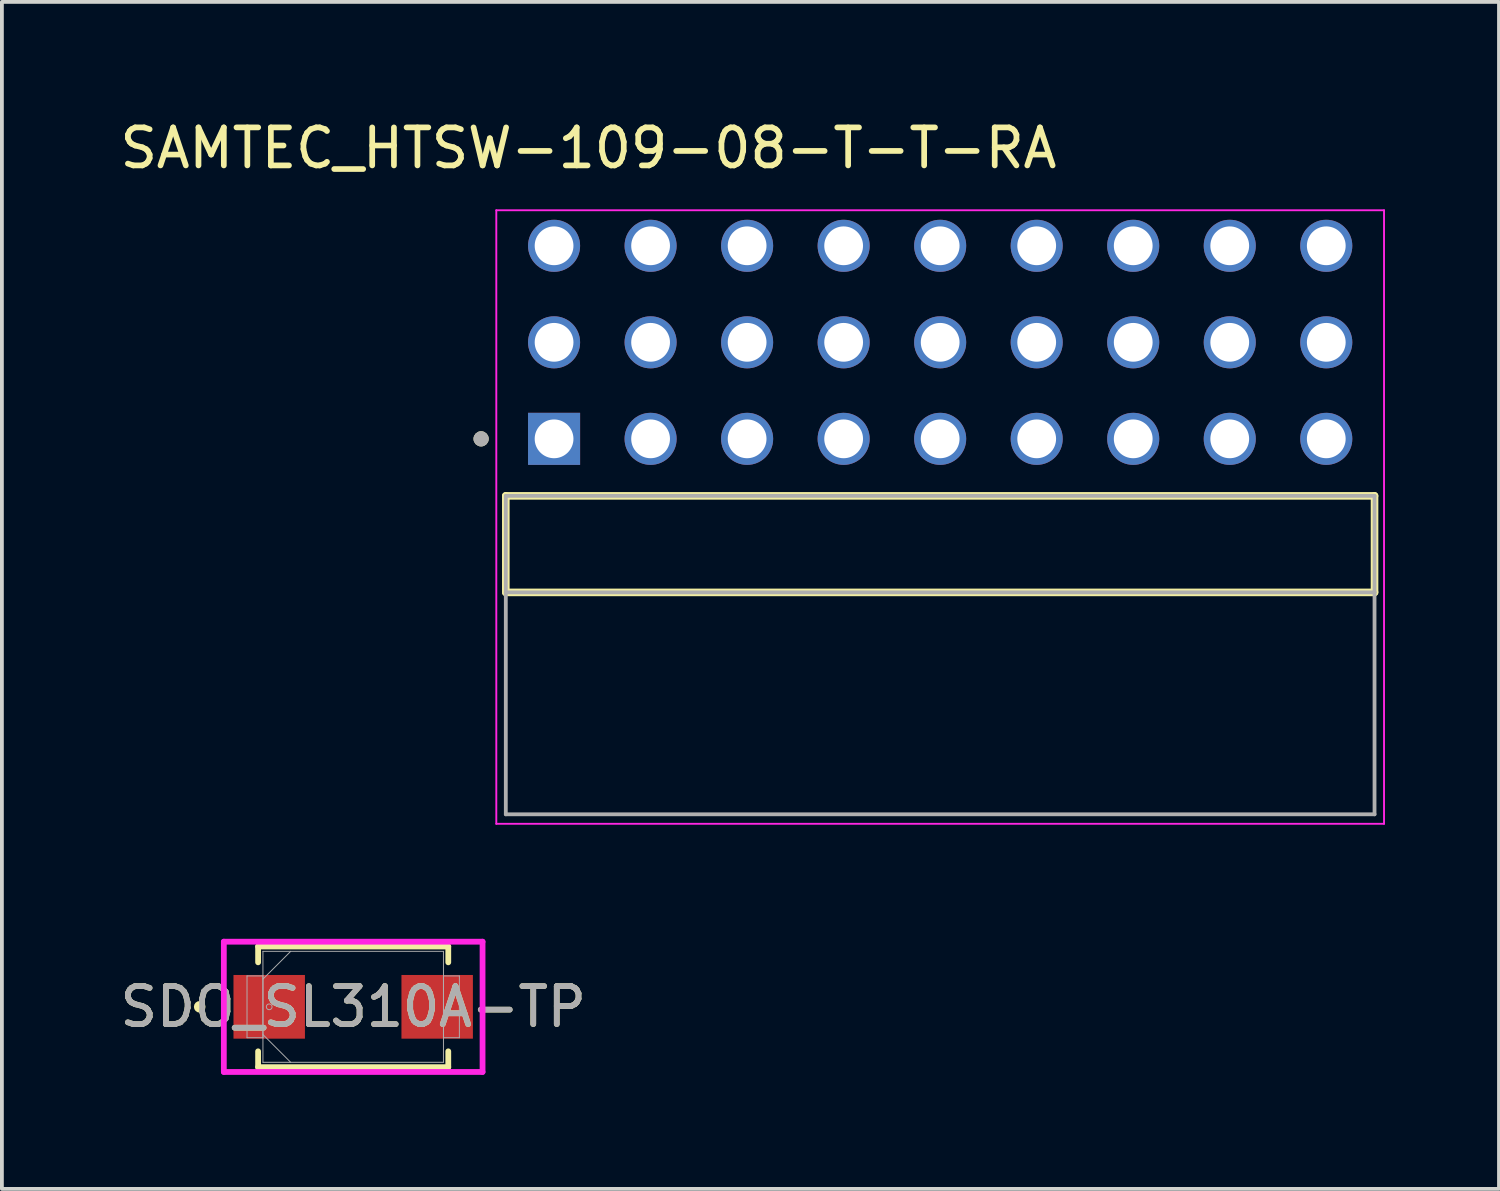
<source format=kicad_pcb>
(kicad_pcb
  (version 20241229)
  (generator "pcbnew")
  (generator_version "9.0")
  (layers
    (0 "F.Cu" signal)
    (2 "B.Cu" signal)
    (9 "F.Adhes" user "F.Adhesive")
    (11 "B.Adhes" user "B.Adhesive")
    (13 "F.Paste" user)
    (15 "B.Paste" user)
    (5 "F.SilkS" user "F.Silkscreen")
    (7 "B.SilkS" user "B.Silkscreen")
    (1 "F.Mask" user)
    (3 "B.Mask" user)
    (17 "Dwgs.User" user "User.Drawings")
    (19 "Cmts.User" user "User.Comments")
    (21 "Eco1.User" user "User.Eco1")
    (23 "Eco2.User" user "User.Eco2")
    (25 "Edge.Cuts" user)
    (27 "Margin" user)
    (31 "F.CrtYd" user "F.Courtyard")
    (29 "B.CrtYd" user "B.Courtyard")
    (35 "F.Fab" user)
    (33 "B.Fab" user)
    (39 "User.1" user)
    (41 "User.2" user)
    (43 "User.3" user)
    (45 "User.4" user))
  (footprint "SDO_SL310A-TP"
    (layer "F.Cu")
    (at 6.244 23.444)
    (property "Reference" "SDO_SL310A-TP" (at 0 0 0) (unlocked yes) (layer "F.SilkS") (effects (font (size 1 1) (thickness 0.15))))
    (attr smd)
    (fp_line (start -2.502 -1.587) (end -2.502 -1.171) (stroke (width 0.152) (type solid)) (layer "F.SilkS"))
    (fp_line (start -2.502 1.171) (end -2.502 1.587) (stroke (width 0.152) (type solid)) (layer "F.SilkS"))
    (fp_line (start -2.502 1.587) (end 2.502 1.587) (stroke (width 0.152) (type solid)) (layer "F.SilkS"))
    (fp_line (start 2.502 -1.587) (end -2.502 -1.587) (stroke (width 0.152) (type solid)) (layer "F.SilkS"))
    (fp_line (start 2.502 -1.171) (end 2.502 -1.587) (stroke (width 0.152) (type solid)) (layer "F.SilkS"))
    (fp_line (start 2.502 1.587) (end 2.502 1.171) (stroke (width 0.152) (type solid)) (layer "F.SilkS"))
    (fp_circle (center -4.039 0) (end -3.962 0) (stroke (width 0.152) (type solid)) (fill no) (layer "F.SilkS"))
    (fp_line (start -3.404 -1.714) (end 3.404 -1.714) (stroke (width 0.152) (type solid)) (layer "F.CrtYd"))
    (fp_line (start -3.404 1.714) (end -3.404 -1.714) (stroke (width 0.152) (type solid)) (layer "F.CrtYd"))
    (fp_line (start 3.404 -1.714) (end 3.404 1.714) (stroke (width 0.152) (type solid)) (layer "F.CrtYd"))
    (fp_line (start 3.404 1.714) (end -3.404 1.714) (stroke (width 0.152) (type solid)) (layer "F.CrtYd"))
    (fp_line (start -2.794 -0.813) (end -2.794 0.813) (stroke (width 0.025) (type solid)) (layer "F.Fab"))
    (fp_line (start -2.794 0.813) (end -2.375 0.813) (stroke (width 0.025) (type solid)) (layer "F.Fab"))
    (fp_line (start -2.375 -1.46) (end -2.375 1.46) (stroke (width 0.025) (type solid)) (layer "F.Fab"))
    (fp_line (start -2.375 -0.813) (end -2.794 -0.813) (stroke (width 0.025) (type solid)) (layer "F.Fab"))
    (fp_line (start -2.375 -0.73) (end -1.645 -1.46) (stroke (width 0.025) (type solid)) (layer "F.Fab"))
    (fp_line (start -2.375 0.73) (end -1.645 1.46) (stroke (width 0.025) (type solid)) (layer "F.Fab"))
    (fp_line (start -2.375 0.813) (end -2.375 -0.813) (stroke (width 0.025) (type solid)) (layer "F.Fab"))
    (fp_line (start -2.375 1.46) (end 2.375 1.46) (stroke (width 0.025) (type solid)) (layer "F.Fab"))
    (fp_line (start 2.375 -1.46) (end -2.375 -1.46) (stroke (width 0.025) (type solid)) (layer "F.Fab"))
    (fp_line (start 2.375 -0.813) (end 2.375 0.813) (stroke (width 0.025) (type solid)) (layer "F.Fab"))
    (fp_line (start 2.375 0.813) (end 2.794 0.813) (stroke (width 0.025) (type solid)) (layer "F.Fab"))
    (fp_line (start 2.375 1.46) (end 2.375 -1.46) (stroke (width 0.025) (type solid)) (layer "F.Fab"))
    (fp_line (start 2.794 -0.813) (end 2.375 -0.813) (stroke (width 0.025) (type solid)) (layer "F.Fab"))
    (fp_line (start 2.794 0.813) (end 2.794 -0.813) (stroke (width 0.025) (type solid)) (layer "F.Fab"))
    (fp_circle (center -2.21 0) (end -2.134 0) (stroke (width 0.025) (type solid)) (fill no) (layer "F.Fab"))
    (fp_text user "${REFERENCE}" (at 0 0 0) (unlocked yes) (layer "F.Fab") (effects (font (size 1 1) (thickness 0.15))))
    (pad "1" smd rect (at -2.21 0) (size 1.88 1.676) (layers "F.Cu" "F.Mask" "F.Paste"))
    (pad "2" smd rect (at 2.21 0) (size 1.88 1.676) (layers "F.Cu" "F.Mask" "F.Paste"))
    (zone (net_name "") (layer "F.Cu") (hatch full 0.508) (connect_pads) (min_thickness 0.254) (filled_areas_thickness no) (keepout (tracks not_allowed) (vias not_allowed) (pads allowed) (copperpour not_allowed) (footprints allowed)) (placement (enabled no)) (fill) (polygon (pts (xy 5.025 22.034) (xy 7.463 22.034) (xy 7.463 24.854) (xy 5.025 24.854)))))
  (footprint "SAMTEC_HTSW-109-08-T-T-RA"
    (layer "F.Cu")
    (at 21.69 11.268)
    (property "Reference" "SAMTEC_HTSW-109-08-T-T-RA" (at -9.255 -10.42 0) (layer "F.SilkS") (effects (font (size 1 1) (thickness 0.15))))
    (attr through_hole)
    (fp_line (start -11.43 1.27) (end -11.43 -1.27) (stroke (width 0.2) (type solid)) (layer "F.SilkS"))
    (fp_line (start 11.43 -1.27) (end -11.43 -1.27) (stroke (width 0.2) (type solid)) (layer "F.SilkS"))
    (fp_line (start 11.43 -1.27) (end 11.43 1.27) (stroke (width 0.2) (type solid)) (layer "F.SilkS"))
    (fp_line (start 11.43 1.27) (end -11.43 1.27) (stroke (width 0.2) (type solid)) (layer "F.SilkS"))
    (fp_circle (center -12.08 -2.77) (end -11.98 -2.77) (stroke (width 0.2) (type solid)) (fill no) (layer "F.SilkS"))
    (fp_line (start -11.68 -8.785) (end 11.68 -8.785) (stroke (width 0.05) (type solid)) (layer "F.CrtYd"))
    (fp_line (start -11.68 7.36) (end -11.68 -8.785) (stroke (width 0.05) (type solid)) (layer "F.CrtYd"))
    (fp_line (start 11.68 -8.785) (end 11.68 7.36) (stroke (width 0.05) (type solid)) (layer "F.CrtYd"))
    (fp_line (start 11.68 7.36) (end -11.68 7.36) (stroke (width 0.05) (type solid)) (layer "F.CrtYd"))
    (fp_line (start -11.43 -1.27) (end 11.43 -1.27) (stroke (width 0.1) (type solid)) (layer "F.Fab"))
    (fp_line (start -11.43 1.27) (end -11.43 -1.27) (stroke (width 0.1) (type solid)) (layer "F.Fab"))
    (fp_line (start -11.43 1.27) (end -11.43 7.11) (stroke (width 0.1) (type solid)) (layer "F.Fab"))
    (fp_line (start -11.43 7.11) (end 11.43 7.11) (stroke (width 0.1) (type solid)) (layer "F.Fab"))
    (fp_line (start 11.43 -1.27) (end 11.43 1.27) (stroke (width 0.1) (type solid)) (layer "F.Fab"))
    (fp_line (start 11.43 1.27) (end -11.43 1.27) (stroke (width 0.1) (type solid)) (layer "F.Fab"))
    (fp_line (start 11.43 7.11) (end 11.43 1.27) (stroke (width 0.1) (type solid)) (layer "F.Fab"))
    (fp_circle (center -12.08 -2.77) (end -11.98 -2.77) (stroke (width 0.2) (type solid)) (fill no) (layer "F.Fab"))
    (pad "01" thru_hole rect (at -10.16 -2.77) (size 1.37 1.37) (drill 1.02) (layers "*.Cu" "*.Mask"))
    (pad "02" thru_hole circle (at -10.16 -5.31) (size 1.37 1.37) (drill 1.02) (layers "*.Cu" "*.Mask"))
    (pad "03" thru_hole circle (at -10.16 -7.85) (size 1.37 1.37) (drill 1.02) (layers "*.Cu" "*.Mask"))
    (pad "04" thru_hole circle (at -7.62 -2.77) (size 1.37 1.37) (drill 1.02) (layers "*.Cu" "*.Mask"))
    (pad "05" thru_hole circle (at -7.62 -5.31) (size 1.37 1.37) (drill 1.02) (layers "*.Cu" "*.Mask"))
    (pad "06" thru_hole circle (at -7.62 -7.85) (size 1.37 1.37) (drill 1.02) (layers "*.Cu" "*.Mask"))
    (pad "07" thru_hole circle (at -5.08 -2.77) (size 1.37 1.37) (drill 1.02) (layers "*.Cu" "*.Mask"))
    (pad "08" thru_hole circle (at -5.08 -5.31) (size 1.37 1.37) (drill 1.02) (layers "*.Cu" "*.Mask"))
    (pad "09" thru_hole circle (at -5.08 -7.85) (size 1.37 1.37) (drill 1.02) (layers "*.Cu" "*.Mask"))
    (pad "10" thru_hole circle (at -2.54 -2.77) (size 1.37 1.37) (drill 1.02) (layers "*.Cu" "*.Mask"))
    (pad "11" thru_hole circle (at -2.54 -5.31) (size 1.37 1.37) (drill 1.02) (layers "*.Cu" "*.Mask"))
    (pad "12" thru_hole circle (at -2.54 -7.85) (size 1.37 1.37) (drill 1.02) (layers "*.Cu" "*.Mask"))
    (pad "13" thru_hole circle (at 0 -2.77) (size 1.37 1.37) (drill 1.02) (layers "*.Cu" "*.Mask"))
    (pad "14" thru_hole circle (at 0 -5.31) (size 1.37 1.37) (drill 1.02) (layers "*.Cu" "*.Mask"))
    (pad "15" thru_hole circle (at 0 -7.85) (size 1.37 1.37) (drill 1.02) (layers "*.Cu" "*.Mask"))
    (pad "16" thru_hole circle (at 2.54 -2.77) (size 1.37 1.37) (drill 1.02) (layers "*.Cu" "*.Mask"))
    (pad "17" thru_hole circle (at 2.54 -5.31) (size 1.37 1.37) (drill 1.02) (layers "*.Cu" "*.Mask"))
    (pad "18" thru_hole circle (at 2.54 -7.85) (size 1.37 1.37) (drill 1.02) (layers "*.Cu" "*.Mask"))
    (pad "19" thru_hole circle (at 5.08 -2.77) (size 1.37 1.37) (drill 1.02) (layers "*.Cu" "*.Mask"))
    (pad "20" thru_hole circle (at 5.08 -5.31) (size 1.37 1.37) (drill 1.02) (layers "*.Cu" "*.Mask"))
    (pad "21" thru_hole circle (at 5.08 -7.85) (size 1.37 1.37) (drill 1.02) (layers "*.Cu" "*.Mask"))
    (pad "22" thru_hole circle (at 7.62 -2.77) (size 1.37 1.37) (drill 1.02) (layers "*.Cu" "*.Mask"))
    (pad "23" thru_hole circle (at 7.62 -5.31) (size 1.37 1.37) (drill 1.02) (layers "*.Cu" "*.Mask"))
    (pad "24" thru_hole circle (at 7.62 -7.85) (size 1.37 1.37) (drill 1.02) (layers "*.Cu" "*.Mask"))
    (pad "25" thru_hole circle (at 10.16 -2.77) (size 1.37 1.37) (drill 1.02) (layers "*.Cu" "*.Mask"))
    (pad "26" thru_hole circle (at 10.16 -5.31) (size 1.37 1.37) (drill 1.02) (layers "*.Cu" "*.Mask"))
    (pad "27" thru_hole circle (at 10.16 -7.85) (size 1.37 1.37) (drill 1.02) (layers "*.Cu" "*.Mask")))
  (gr_rect
    (start -3 -3)
    (end 36.395 28.235)
    (stroke (width 0.1) (type default))
    (fill no)
    (layer "Edge.Cuts")))
</source>
